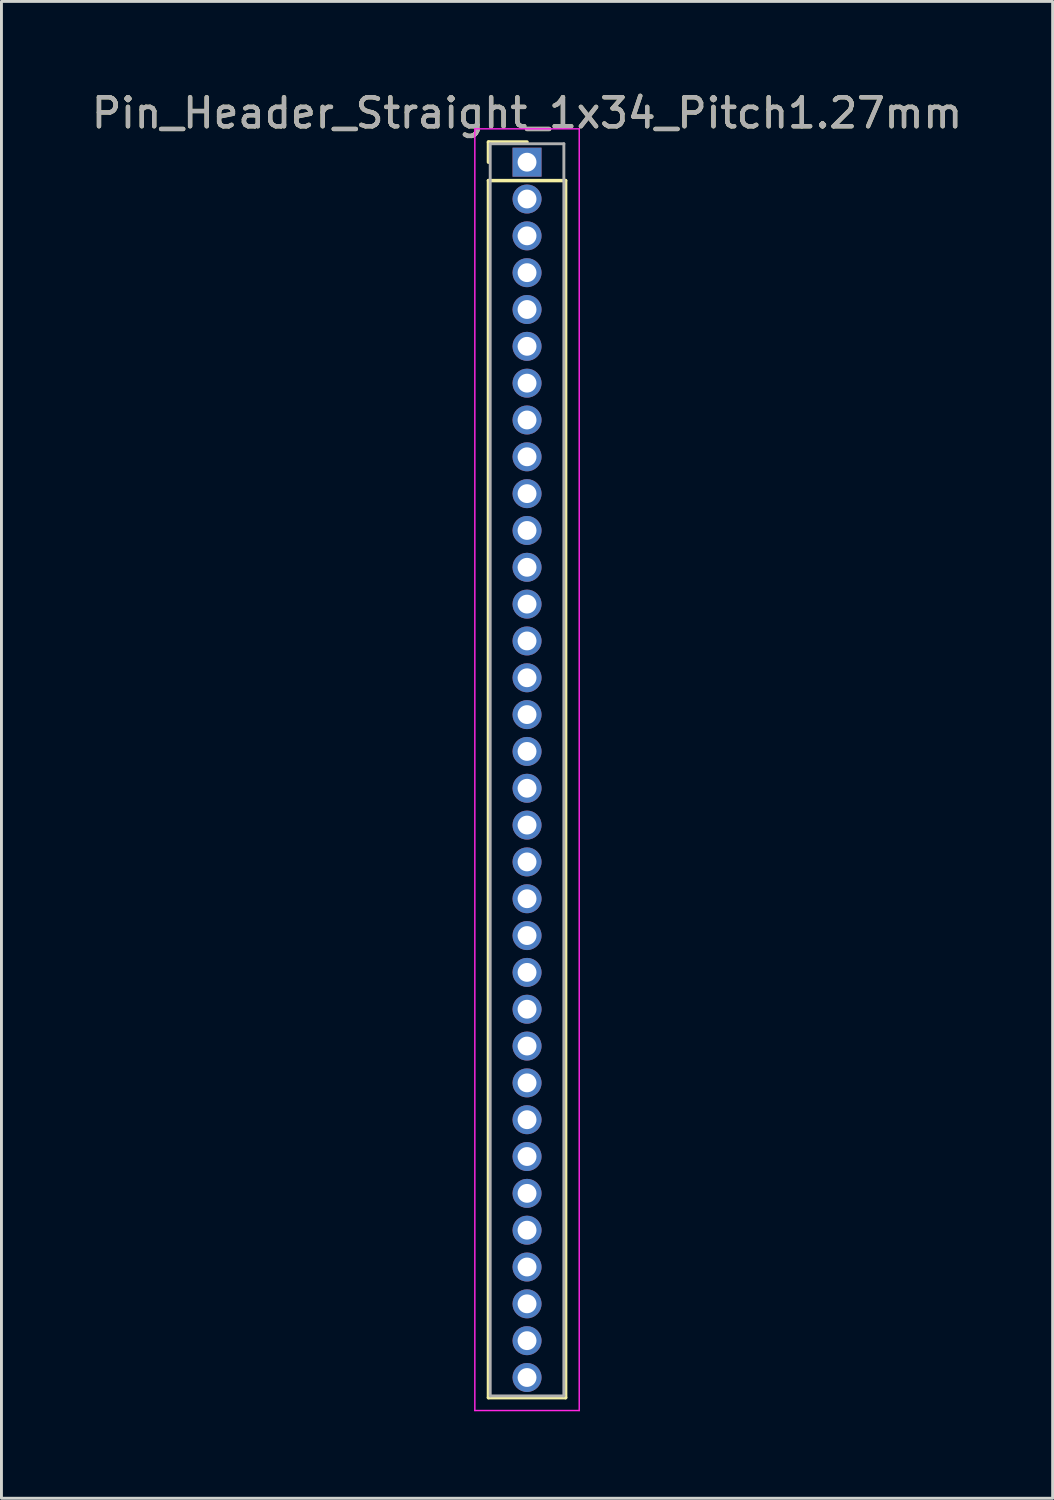
<source format=kicad_pcb>
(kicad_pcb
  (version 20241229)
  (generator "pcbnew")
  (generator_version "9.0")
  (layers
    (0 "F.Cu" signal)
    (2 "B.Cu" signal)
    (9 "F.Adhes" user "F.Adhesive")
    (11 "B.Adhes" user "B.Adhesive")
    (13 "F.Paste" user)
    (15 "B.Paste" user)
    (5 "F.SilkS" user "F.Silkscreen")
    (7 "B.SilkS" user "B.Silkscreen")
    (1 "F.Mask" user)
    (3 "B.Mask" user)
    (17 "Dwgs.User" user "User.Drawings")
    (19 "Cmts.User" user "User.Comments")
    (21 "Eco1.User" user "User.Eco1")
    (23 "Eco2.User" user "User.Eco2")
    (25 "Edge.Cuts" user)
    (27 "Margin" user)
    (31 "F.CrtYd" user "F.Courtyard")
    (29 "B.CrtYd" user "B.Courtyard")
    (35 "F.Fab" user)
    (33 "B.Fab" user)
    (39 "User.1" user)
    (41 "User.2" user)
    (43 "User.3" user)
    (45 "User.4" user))
  (footprint "Pin_Header_Straight_1x34_Pitch1.27mm"
    (layer "F.Cu")
    (at 15.125 2.543)
    (property "Reference" "Pin_Header_Straight_1x34_Pitch1.27mm" (at 0 -1.695 0) (layer "F.SilkS") (effects (font (size 1 1) (thickness 0.15))))
    (attr through_hole)
    (fp_line (start -1.33 -0.695) (end 0 -0.695) (stroke (width 0.12) (type solid)) (layer "F.SilkS"))
    (fp_line (start -1.33 0) (end -1.33 -0.695) (stroke (width 0.12) (type solid)) (layer "F.SilkS"))
    (fp_line (start -1.33 0.635) (end -1.33 42.605) (stroke (width 0.12) (type solid)) (layer "F.SilkS"))
    (fp_line (start -1.33 42.605) (end 1.33 42.605) (stroke (width 0.12) (type solid)) (layer "F.SilkS"))
    (fp_line (start 1.33 0.635) (end -1.33 0.635) (stroke (width 0.12) (type solid)) (layer "F.SilkS"))
    (fp_line (start 1.33 42.605) (end 1.33 0.635) (stroke (width 0.12) (type solid)) (layer "F.SilkS"))
    (fp_line (start -1.8 -1.15) (end -1.8 43.05) (stroke (width 0.05) (type solid)) (layer "F.CrtYd"))
    (fp_line (start -1.8 43.05) (end 1.8 43.05) (stroke (width 0.05) (type solid)) (layer "F.CrtYd"))
    (fp_line (start 1.8 -1.15) (end -1.8 -1.15) (stroke (width 0.05) (type solid)) (layer "F.CrtYd"))
    (fp_line (start 1.8 43.05) (end 1.8 -1.15) (stroke (width 0.05) (type solid)) (layer "F.CrtYd"))
    (fp_line (start -1.27 -0.635) (end -1.27 42.545) (stroke (width 0.1) (type solid)) (layer "F.Fab"))
    (fp_line (start -1.27 42.545) (end 1.27 42.545) (stroke (width 0.1) (type solid)) (layer "F.Fab"))
    (fp_line (start 1.27 -0.635) (end -1.27 -0.635) (stroke (width 0.1) (type solid)) (layer "F.Fab"))
    (fp_line (start 1.27 42.545) (end 1.27 -0.635) (stroke (width 0.1) (type solid)) (layer "F.Fab"))
    (fp_text user "${REFERENCE}" (at 0 -1.695 0) (layer "F.Fab") (effects (font (size 1 1) (thickness 0.15))))
    (pad "1" thru_hole rect (at 0 0) (size 1 1) (drill 0.65) (layers "*.Cu" "*.Mask"))
    (pad "2" thru_hole oval (at 0 1.27) (size 1 1) (drill 0.65) (layers "*.Cu" "*.Mask"))
    (pad "3" thru_hole oval (at 0 2.54) (size 1 1) (drill 0.65) (layers "*.Cu" "*.Mask"))
    (pad "4" thru_hole oval (at 0 3.81) (size 1 1) (drill 0.65) (layers "*.Cu" "*.Mask"))
    (pad "5" thru_hole oval (at 0 5.08) (size 1 1) (drill 0.65) (layers "*.Cu" "*.Mask"))
    (pad "6" thru_hole oval (at 0 6.35) (size 1 1) (drill 0.65) (layers "*.Cu" "*.Mask"))
    (pad "7" thru_hole oval (at 0 7.62) (size 1 1) (drill 0.65) (layers "*.Cu" "*.Mask"))
    (pad "8" thru_hole oval (at 0 8.89) (size 1 1) (drill 0.65) (layers "*.Cu" "*.Mask"))
    (pad "9" thru_hole oval (at 0 10.16) (size 1 1) (drill 0.65) (layers "*.Cu" "*.Mask"))
    (pad "10" thru_hole oval (at 0 11.43) (size 1 1) (drill 0.65) (layers "*.Cu" "*.Mask"))
    (pad "11" thru_hole oval (at 0 12.7) (size 1 1) (drill 0.65) (layers "*.Cu" "*.Mask"))
    (pad "12" thru_hole oval (at 0 13.97) (size 1 1) (drill 0.65) (layers "*.Cu" "*.Mask"))
    (pad "13" thru_hole oval (at 0 15.24) (size 1 1) (drill 0.65) (layers "*.Cu" "*.Mask"))
    (pad "14" thru_hole oval (at 0 16.51) (size 1 1) (drill 0.65) (layers "*.Cu" "*.Mask"))
    (pad "15" thru_hole oval (at 0 17.78) (size 1 1) (drill 0.65) (layers "*.Cu" "*.Mask"))
    (pad "16" thru_hole oval (at 0 19.05) (size 1 1) (drill 0.65) (layers "*.Cu" "*.Mask"))
    (pad "17" thru_hole oval (at 0 20.32) (size 1 1) (drill 0.65) (layers "*.Cu" "*.Mask"))
    (pad "18" thru_hole oval (at 0 21.59) (size 1 1) (drill 0.65) (layers "*.Cu" "*.Mask"))
    (pad "19" thru_hole oval (at 0 22.86) (size 1 1) (drill 0.65) (layers "*.Cu" "*.Mask"))
    (pad "20" thru_hole oval (at 0 24.13) (size 1 1) (drill 0.65) (layers "*.Cu" "*.Mask"))
    (pad "21" thru_hole oval (at 0 25.4) (size 1 1) (drill 0.65) (layers "*.Cu" "*.Mask"))
    (pad "22" thru_hole oval (at 0 26.67) (size 1 1) (drill 0.65) (layers "*.Cu" "*.Mask"))
    (pad "23" thru_hole oval (at 0 27.94) (size 1 1) (drill 0.65) (layers "*.Cu" "*.Mask"))
    (pad "24" thru_hole oval (at 0 29.21) (size 1 1) (drill 0.65) (layers "*.Cu" "*.Mask"))
    (pad "25" thru_hole oval (at 0 30.48) (size 1 1) (drill 0.65) (layers "*.Cu" "*.Mask"))
    (pad "26" thru_hole oval (at 0 31.75) (size 1 1) (drill 0.65) (layers "*.Cu" "*.Mask"))
    (pad "27" thru_hole oval (at 0 33.02) (size 1 1) (drill 0.65) (layers "*.Cu" "*.Mask"))
    (pad "28" thru_hole oval (at 0 34.29) (size 1 1) (drill 0.65) (layers "*.Cu" "*.Mask"))
    (pad "29" thru_hole oval (at 0 35.56) (size 1 1) (drill 0.65) (layers "*.Cu" "*.Mask"))
    (pad "30" thru_hole oval (at 0 36.83) (size 1 1) (drill 0.65) (layers "*.Cu" "*.Mask"))
    (pad "31" thru_hole oval (at 0 38.1) (size 1 1) (drill 0.65) (layers "*.Cu" "*.Mask"))
    (pad "32" thru_hole oval (at 0 39.37) (size 1 1) (drill 0.65) (layers "*.Cu" "*.Mask"))
    (pad "33" thru_hole oval (at 0 40.64) (size 1 1) (drill 0.65) (layers "*.Cu" "*.Mask"))
    (pad "34" thru_hole oval (at 0 41.91) (size 1 1) (drill 0.65) (layers "*.Cu" "*.Mask")))
  (gr_rect
    (start -3 -3)
    (end 33.25 48.618)
    (stroke (width 0.1) (type default))
    (fill no)
    (layer "Edge.Cuts")))
</source>
